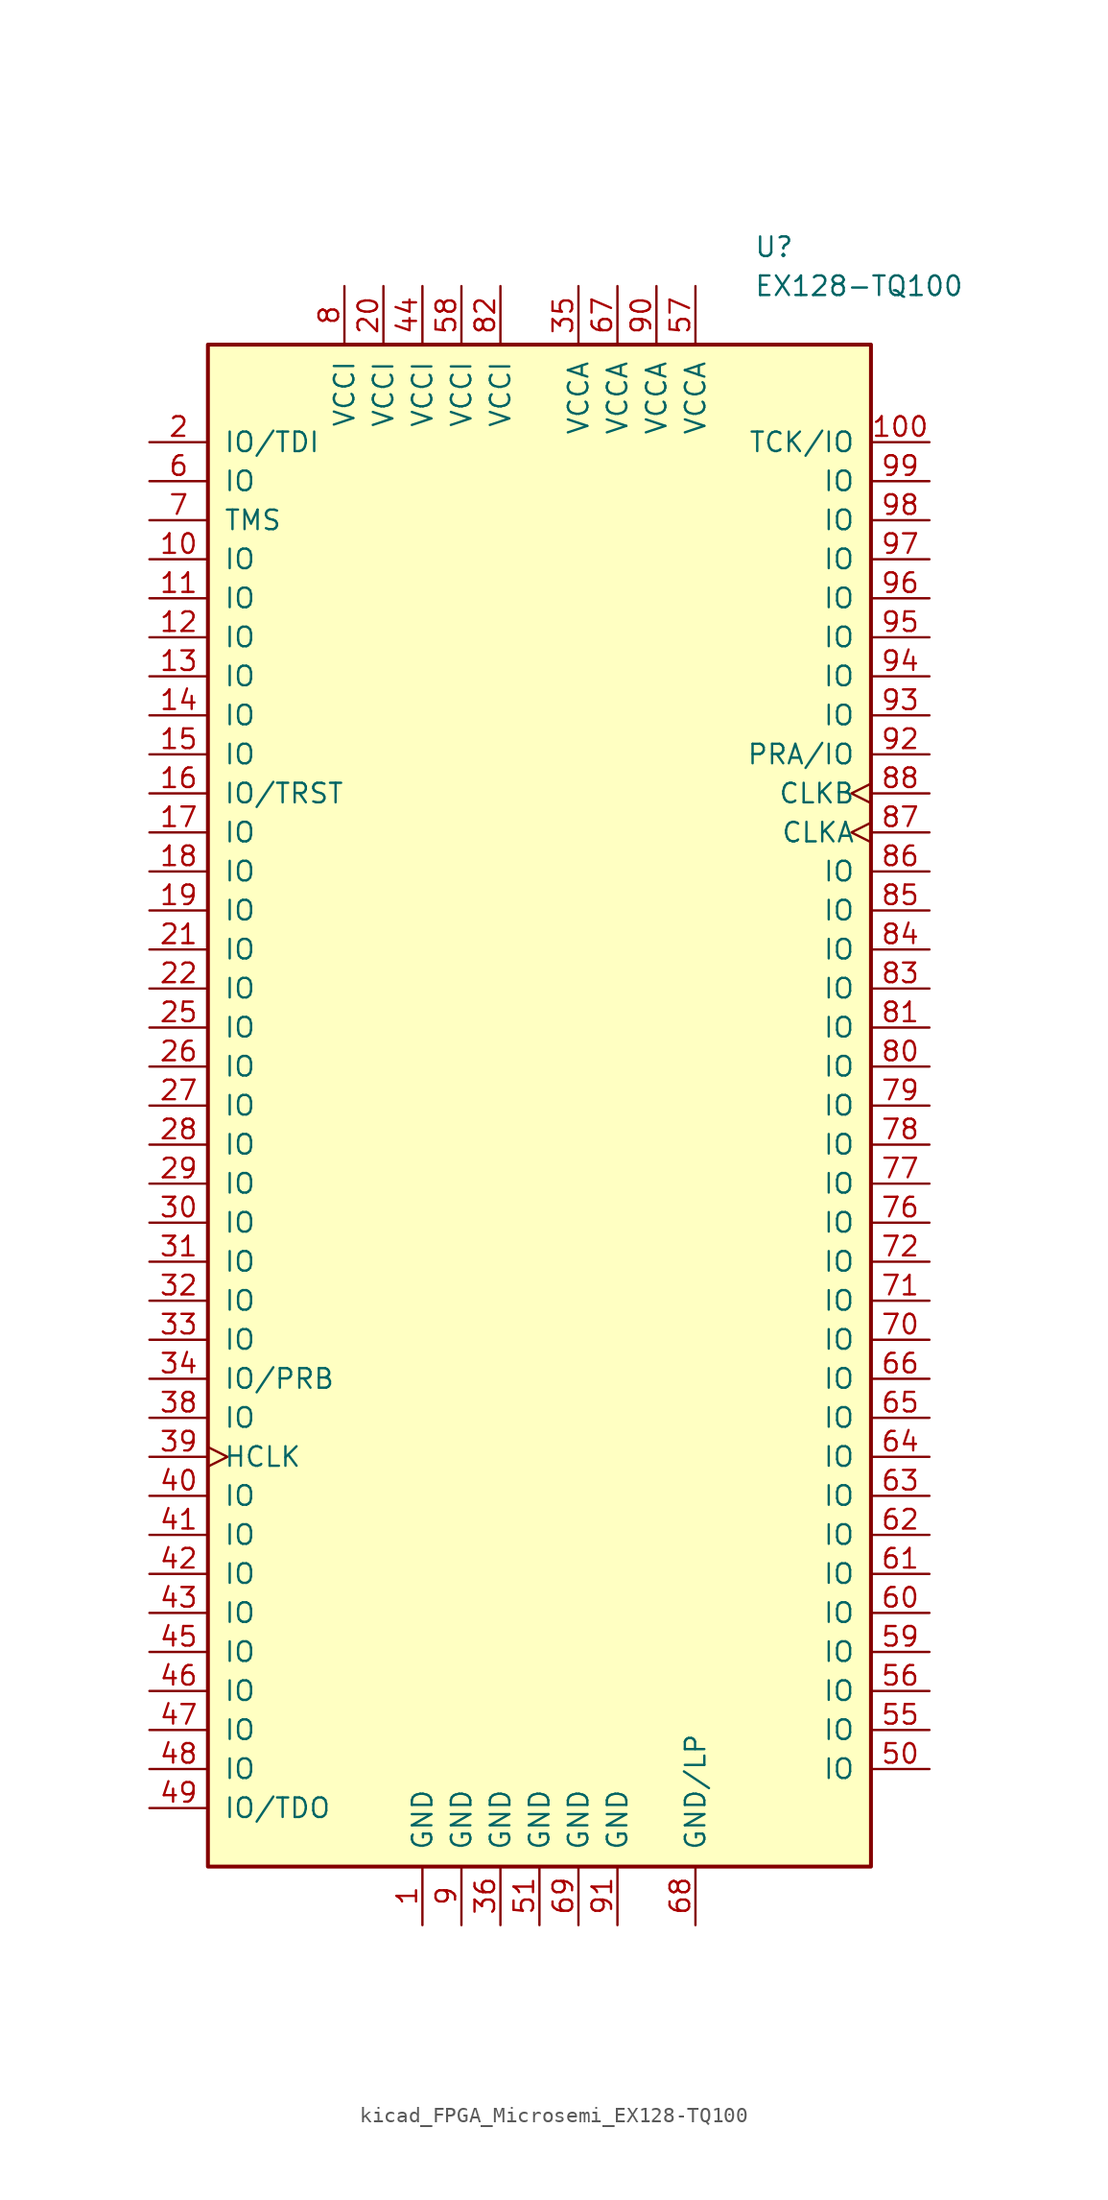
<source format=kicad_sym>
(kicad_symbol_lib
  (version 20220914)
  (generator kicad_symbol_editor)
  (symbol "kicad_FPGA_Microsemi_EX128-TQ100"
    (pin_names
      (offset 1.016))
    (property "Reference" "U"
      (at 13.97 55.88 0)
      (effects (font (size 1.27 1.27)) (justify left)))
    (property "Value" "EX128-TQ100"
      (at 13.97 53.34 0)
      (effects (font (size 1.27 1.27)) (justify left)))
    (symbol "kicad_FPGA_Microsemi_EX128-TQ100_0_1"
      (rectangle (start -21.59 49.53) (end 21.59 -49.53) (stroke (width 0.254) (type default)) (fill (type background))))
    (symbol "kicad_FPGA_Microsemi_EX128-TQ100_1_1"
      (pin power_in line (at -7.62 -53.34 90) (length 3.81) (name "GND" (effects (font (size 1.27 1.27)))) (number "1" (effects (font (size 1.27 1.27)))))
      (pin bidirectional line (at -25.4 35.56 0) (length 3.81) (name "IO" (effects (font (size 1.27 1.27)))) (number "10" (effects (font (size 1.27 1.27)))))
      (pin bidirectional line (at 25.4 43.18 180) (length 3.81) (name "TCK/IO" (effects (font (size 1.27 1.27)))) (number "100" (effects (font (size 1.27 1.27)))))
      (pin bidirectional line (at -25.4 33.02 0) (length 3.81) (name "IO" (effects (font (size 1.27 1.27)))) (number "11" (effects (font (size 1.27 1.27)))))
      (pin bidirectional line (at -25.4 30.48 0) (length 3.81) (name "IO" (effects (font (size 1.27 1.27)))) (number "12" (effects (font (size 1.27 1.27)))))
      (pin bidirectional line (at -25.4 27.94 0) (length 3.81) (name "IO" (effects (font (size 1.27 1.27)))) (number "13" (effects (font (size 1.27 1.27)))))
      (pin bidirectional line (at -25.4 25.4 0) (length 3.81) (name "IO" (effects (font (size 1.27 1.27)))) (number "14" (effects (font (size 1.27 1.27)))))
      (pin bidirectional line (at -25.4 22.86 0) (length 3.81) (name "IO" (effects (font (size 1.27 1.27)))) (number "15" (effects (font (size 1.27 1.27)))))
      (pin bidirectional line (at -25.4 20.32 0) (length 3.81) (name "IO/TRST" (effects (font (size 1.27 1.27)))) (number "16" (effects (font (size 1.27 1.27)))))
      (pin bidirectional line (at -25.4 17.78 0) (length 3.81) (name "IO" (effects (font (size 1.27 1.27)))) (number "17" (effects (font (size 1.27 1.27)))))
      (pin bidirectional line (at -25.4 15.24 0) (length 3.81) (name "IO" (effects (font (size 1.27 1.27)))) (number "18" (effects (font (size 1.27 1.27)))))
      (pin bidirectional line (at -25.4 12.7 0) (length 3.81) (name "IO" (effects (font (size 1.27 1.27)))) (number "19" (effects (font (size 1.27 1.27)))))
      (pin bidirectional line (at -25.4 43.18 0) (length 3.81) (name "IO/TDI" (effects (font (size 1.27 1.27)))) (number "2" (effects (font (size 1.27 1.27)))))
      (pin power_in line (at -10.16 53.34 270) (length 3.81) (name "VCCI" (effects (font (size 1.27 1.27)))) (number "20" (effects (font (size 1.27 1.27)))))
      (pin bidirectional line (at -25.4 10.16 0) (length 3.81) (name "IO" (effects (font (size 1.27 1.27)))) (number "21" (effects (font (size 1.27 1.27)))))
      (pin bidirectional line (at -25.4 7.62 0) (length 3.81) (name "IO" (effects (font (size 1.27 1.27)))) (number "22" (effects (font (size 1.27 1.27)))))
      (pin bidirectional line (at -25.4 5.08 0) (length 3.81) (name "IO" (effects (font (size 1.27 1.27)))) (number "25" (effects (font (size 1.27 1.27)))))
      (pin bidirectional line (at -25.4 2.54 0) (length 3.81) (name "IO" (effects (font (size 1.27 1.27)))) (number "26" (effects (font (size 1.27 1.27)))))
      (pin bidirectional line (at -25.4 0 0) (length 3.81) (name "IO" (effects (font (size 1.27 1.27)))) (number "27" (effects (font (size 1.27 1.27)))))
      (pin bidirectional line (at -25.4 -2.54 0) (length 3.81) (name "IO" (effects (font (size 1.27 1.27)))) (number "28" (effects (font (size 1.27 1.27)))))
      (pin bidirectional line (at -25.4 -5.08 0) (length 3.81) (name "IO" (effects (font (size 1.27 1.27)))) (number "29" (effects (font (size 1.27 1.27)))))
      (pin bidirectional line (at -25.4 -7.62 0) (length 3.81) (name "IO" (effects (font (size 1.27 1.27)))) (number "30" (effects (font (size 1.27 1.27)))))
      (pin bidirectional line (at -25.4 -10.16 0) (length 3.81) (name "IO" (effects (font (size 1.27 1.27)))) (number "31" (effects (font (size 1.27 1.27)))))
      (pin bidirectional line (at -25.4 -12.7 0) (length 3.81) (name "IO" (effects (font (size 1.27 1.27)))) (number "32" (effects (font (size 1.27 1.27)))))
      (pin bidirectional line (at -25.4 -15.24 0) (length 3.81) (name "IO" (effects (font (size 1.27 1.27)))) (number "33" (effects (font (size 1.27 1.27)))))
      (pin bidirectional line (at -25.4 -17.78 0) (length 3.81) (name "IO/PRB" (effects (font (size 1.27 1.27)))) (number "34" (effects (font (size 1.27 1.27)))))
      (pin power_in line (at 2.54 53.34 270) (length 3.81) (name "VCCA" (effects (font (size 1.27 1.27)))) (number "35" (effects (font (size 1.27 1.27)))))
      (pin power_in line (at -2.54 -53.34 90) (length 3.81) (name "GND" (effects (font (size 1.27 1.27)))) (number "36" (effects (font (size 1.27 1.27)))))
      (pin bidirectional line (at -25.4 -20.32 0) (length 3.81) (name "IO" (effects (font (size 1.27 1.27)))) (number "38" (effects (font (size 1.27 1.27)))))
      (pin input clock (at -25.4 -22.86 0) (length 3.81) (name "HCLK" (effects (font (size 1.27 1.27)))) (number "39" (effects (font (size 1.27 1.27)))))
      (pin bidirectional line (at -25.4 -25.4 0) (length 3.81) (name "IO" (effects (font (size 1.27 1.27)))) (number "40" (effects (font (size 1.27 1.27)))))
      (pin bidirectional line (at -25.4 -27.94 0) (length 3.81) (name "IO" (effects (font (size 1.27 1.27)))) (number "41" (effects (font (size 1.27 1.27)))))
      (pin bidirectional line (at -25.4 -30.48 0) (length 3.81) (name "IO" (effects (font (size 1.27 1.27)))) (number "42" (effects (font (size 1.27 1.27)))))
      (pin bidirectional line (at -25.4 -33.02 0) (length 3.81) (name "IO" (effects (font (size 1.27 1.27)))) (number "43" (effects (font (size 1.27 1.27)))))
      (pin power_in line (at -7.62 53.34 270) (length 3.81) (name "VCCI" (effects (font (size 1.27 1.27)))) (number "44" (effects (font (size 1.27 1.27)))))
      (pin bidirectional line (at -25.4 -35.56 0) (length 3.81) (name "IO" (effects (font (size 1.27 1.27)))) (number "45" (effects (font (size 1.27 1.27)))))
      (pin bidirectional line (at -25.4 -38.1 0) (length 3.81) (name "IO" (effects (font (size 1.27 1.27)))) (number "46" (effects (font (size 1.27 1.27)))))
      (pin bidirectional line (at -25.4 -40.64 0) (length 3.81) (name "IO" (effects (font (size 1.27 1.27)))) (number "47" (effects (font (size 1.27 1.27)))))
      (pin bidirectional line (at -25.4 -43.18 0) (length 3.81) (name "IO" (effects (font (size 1.27 1.27)))) (number "48" (effects (font (size 1.27 1.27)))))
      (pin bidirectional line (at -25.4 -45.72 0) (length 3.81) (name "IO/TDO" (effects (font (size 1.27 1.27)))) (number "49" (effects (font (size 1.27 1.27)))))
      (pin bidirectional line (at 25.4 -43.18 180) (length 3.81) (name "IO" (effects (font (size 1.27 1.27)))) (number "50" (effects (font (size 1.27 1.27)))))
      (pin power_in line (at 0 -53.34 90) (length 3.81) (name "GND" (effects (font (size 1.27 1.27)))) (number "51" (effects (font (size 1.27 1.27)))))
      (pin bidirectional line (at 25.4 -40.64 180) (length 3.81) (name "IO" (effects (font (size 1.27 1.27)))) (number "55" (effects (font (size 1.27 1.27)))))
      (pin bidirectional line (at 25.4 -38.1 180) (length 3.81) (name "IO" (effects (font (size 1.27 1.27)))) (number "56" (effects (font (size 1.27 1.27)))))
      (pin power_in line (at 10.16 53.34 270) (length 3.81) (name "VCCA" (effects (font (size 1.27 1.27)))) (number "57" (effects (font (size 1.27 1.27)))))
      (pin power_in line (at -5.08 53.34 270) (length 3.81) (name "VCCI" (effects (font (size 1.27 1.27)))) (number "58" (effects (font (size 1.27 1.27)))))
      (pin bidirectional line (at 25.4 -35.56 180) (length 3.81) (name "IO" (effects (font (size 1.27 1.27)))) (number "59" (effects (font (size 1.27 1.27)))))
      (pin bidirectional line (at -25.4 40.64 0) (length 3.81) (name "IO" (effects (font (size 1.27 1.27)))) (number "6" (effects (font (size 1.27 1.27)))))
      (pin bidirectional line (at 25.4 -33.02 180) (length 3.81) (name "IO" (effects (font (size 1.27 1.27)))) (number "60" (effects (font (size 1.27 1.27)))))
      (pin bidirectional line (at 25.4 -30.48 180) (length 3.81) (name "IO" (effects (font (size 1.27 1.27)))) (number "61" (effects (font (size 1.27 1.27)))))
      (pin bidirectional line (at 25.4 -27.94 180) (length 3.81) (name "IO" (effects (font (size 1.27 1.27)))) (number "62" (effects (font (size 1.27 1.27)))))
      (pin bidirectional line (at 25.4 -25.4 180) (length 3.81) (name "IO" (effects (font (size 1.27 1.27)))) (number "63" (effects (font (size 1.27 1.27)))))
      (pin bidirectional line (at 25.4 -22.86 180) (length 3.81) (name "IO" (effects (font (size 1.27 1.27)))) (number "64" (effects (font (size 1.27 1.27)))))
      (pin bidirectional line (at 25.4 -20.32 180) (length 3.81) (name "IO" (effects (font (size 1.27 1.27)))) (number "65" (effects (font (size 1.27 1.27)))))
      (pin bidirectional line (at 25.4 -17.78 180) (length 3.81) (name "IO" (effects (font (size 1.27 1.27)))) (number "66" (effects (font (size 1.27 1.27)))))
      (pin power_in line (at 5.08 53.34 270) (length 3.81) (name "VCCA" (effects (font (size 1.27 1.27)))) (number "67" (effects (font (size 1.27 1.27)))))
      (pin power_in line (at 10.16 -53.34 90) (length 3.81) (name "GND/LP" (effects (font (size 1.27 1.27)))) (number "68" (effects (font (size 1.27 1.27)))))
      (pin power_in line (at 2.54 -53.34 90) (length 3.81) (name "GND" (effects (font (size 1.27 1.27)))) (number "69" (effects (font (size 1.27 1.27)))))
      (pin input line (at -25.4 38.1 0) (length 3.81) (name "TMS" (effects (font (size 1.27 1.27)))) (number "7" (effects (font (size 1.27 1.27)))))
      (pin bidirectional line (at 25.4 -15.24 180) (length 3.81) (name "IO" (effects (font (size 1.27 1.27)))) (number "70" (effects (font (size 1.27 1.27)))))
      (pin bidirectional line (at 25.4 -12.7 180) (length 3.81) (name "IO" (effects (font (size 1.27 1.27)))) (number "71" (effects (font (size 1.27 1.27)))))
      (pin bidirectional line (at 25.4 -10.16 180) (length 3.81) (name "IO" (effects (font (size 1.27 1.27)))) (number "72" (effects (font (size 1.27 1.27)))))
      (pin bidirectional line (at 25.4 -7.62 180) (length 3.81) (name "IO" (effects (font (size 1.27 1.27)))) (number "76" (effects (font (size 1.27 1.27)))))
      (pin bidirectional line (at 25.4 -5.08 180) (length 3.81) (name "IO" (effects (font (size 1.27 1.27)))) (number "77" (effects (font (size 1.27 1.27)))))
      (pin bidirectional line (at 25.4 -2.54 180) (length 3.81) (name "IO" (effects (font (size 1.27 1.27)))) (number "78" (effects (font (size 1.27 1.27)))))
      (pin bidirectional line (at 25.4 0 180) (length 3.81) (name "IO" (effects (font (size 1.27 1.27)))) (number "79" (effects (font (size 1.27 1.27)))))
      (pin power_in line (at -12.7 53.34 270) (length 3.785) (name "VCCI" (effects (font (size 1.27 1.27)))) (number "8" (effects (font (size 1.27 1.27)))))
      (pin bidirectional line (at 25.4 2.54 180) (length 3.81) (name "IO" (effects (font (size 1.27 1.27)))) (number "80" (effects (font (size 1.27 1.27)))))
      (pin bidirectional line (at 25.4 5.08 180) (length 3.81) (name "IO" (effects (font (size 1.27 1.27)))) (number "81" (effects (font (size 1.27 1.27)))))
      (pin power_in line (at -2.54 53.34 270) (length 3.81) (name "VCCI" (effects (font (size 1.27 1.27)))) (number "82" (effects (font (size 1.27 1.27)))))
      (pin bidirectional line (at 25.4 7.62 180) (length 3.81) (name "IO" (effects (font (size 1.27 1.27)))) (number "83" (effects (font (size 1.27 1.27)))))
      (pin bidirectional line (at 25.4 10.16 180) (length 3.81) (name "IO" (effects (font (size 1.27 1.27)))) (number "84" (effects (font (size 1.27 1.27)))))
      (pin bidirectional line (at 25.4 12.7 180) (length 3.81) (name "IO" (effects (font (size 1.27 1.27)))) (number "85" (effects (font (size 1.27 1.27)))))
      (pin bidirectional line (at 25.4 15.24 180) (length 3.81) (name "IO" (effects (font (size 1.27 1.27)))) (number "86" (effects (font (size 1.27 1.27)))))
      (pin input clock (at 25.4 17.78 180) (length 3.81) (name "CLKA" (effects (font (size 1.27 1.27)))) (number "87" (effects (font (size 1.27 1.27)))))
      (pin input clock (at 25.4 20.32 180) (length 3.81) (name "CLKB" (effects (font (size 1.27 1.27)))) (number "88" (effects (font (size 1.27 1.27)))))
      (pin power_in line (at -5.08 -53.34 90) (length 3.81) (name "GND" (effects (font (size 1.27 1.27)))) (number "9" (effects (font (size 1.27 1.27)))))
      (pin power_in line (at 7.62 53.34 270) (length 3.81) (name "VCCA" (effects (font (size 1.27 1.27)))) (number "90" (effects (font (size 1.27 1.27)))))
      (pin power_in line (at 5.08 -53.34 90) (length 3.81) (name "GND" (effects (font (size 1.27 1.27)))) (number "91" (effects (font (size 1.27 1.27)))))
      (pin bidirectional line (at 25.4 22.86 180) (length 3.81) (name "PRA/IO" (effects (font (size 1.27 1.27)))) (number "92" (effects (font (size 1.27 1.27)))))
      (pin bidirectional line (at 25.4 25.4 180) (length 3.81) (name "IO" (effects (font (size 1.27 1.27)))) (number "93" (effects (font (size 1.27 1.27)))))
      (pin bidirectional line (at 25.4 27.94 180) (length 3.81) (name "IO" (effects (font (size 1.27 1.27)))) (number "94" (effects (font (size 1.27 1.27)))))
      (pin bidirectional line (at 25.4 30.48 180) (length 3.81) (name "IO" (effects (font (size 1.27 1.27)))) (number "95" (effects (font (size 1.27 1.27)))))
      (pin bidirectional line (at 25.4 33.02 180) (length 3.81) (name "IO" (effects (font (size 1.27 1.27)))) (number "96" (effects (font (size 1.27 1.27)))))
      (pin bidirectional line (at 25.4 35.56 180) (length 3.81) (name "IO" (effects (font (size 1.27 1.27)))) (number "97" (effects (font (size 1.27 1.27)))))
      (pin bidirectional line (at 25.4 38.1 180) (length 3.81) (name "IO" (effects (font (size 1.27 1.27)))) (number "98" (effects (font (size 1.27 1.27)))))
      (pin bidirectional line (at 25.4 40.64 180) (length 3.81) (name "IO" (effects (font (size 1.27 1.27)))) (number "99" (effects (font (size 1.27 1.27))))))))
</source>
